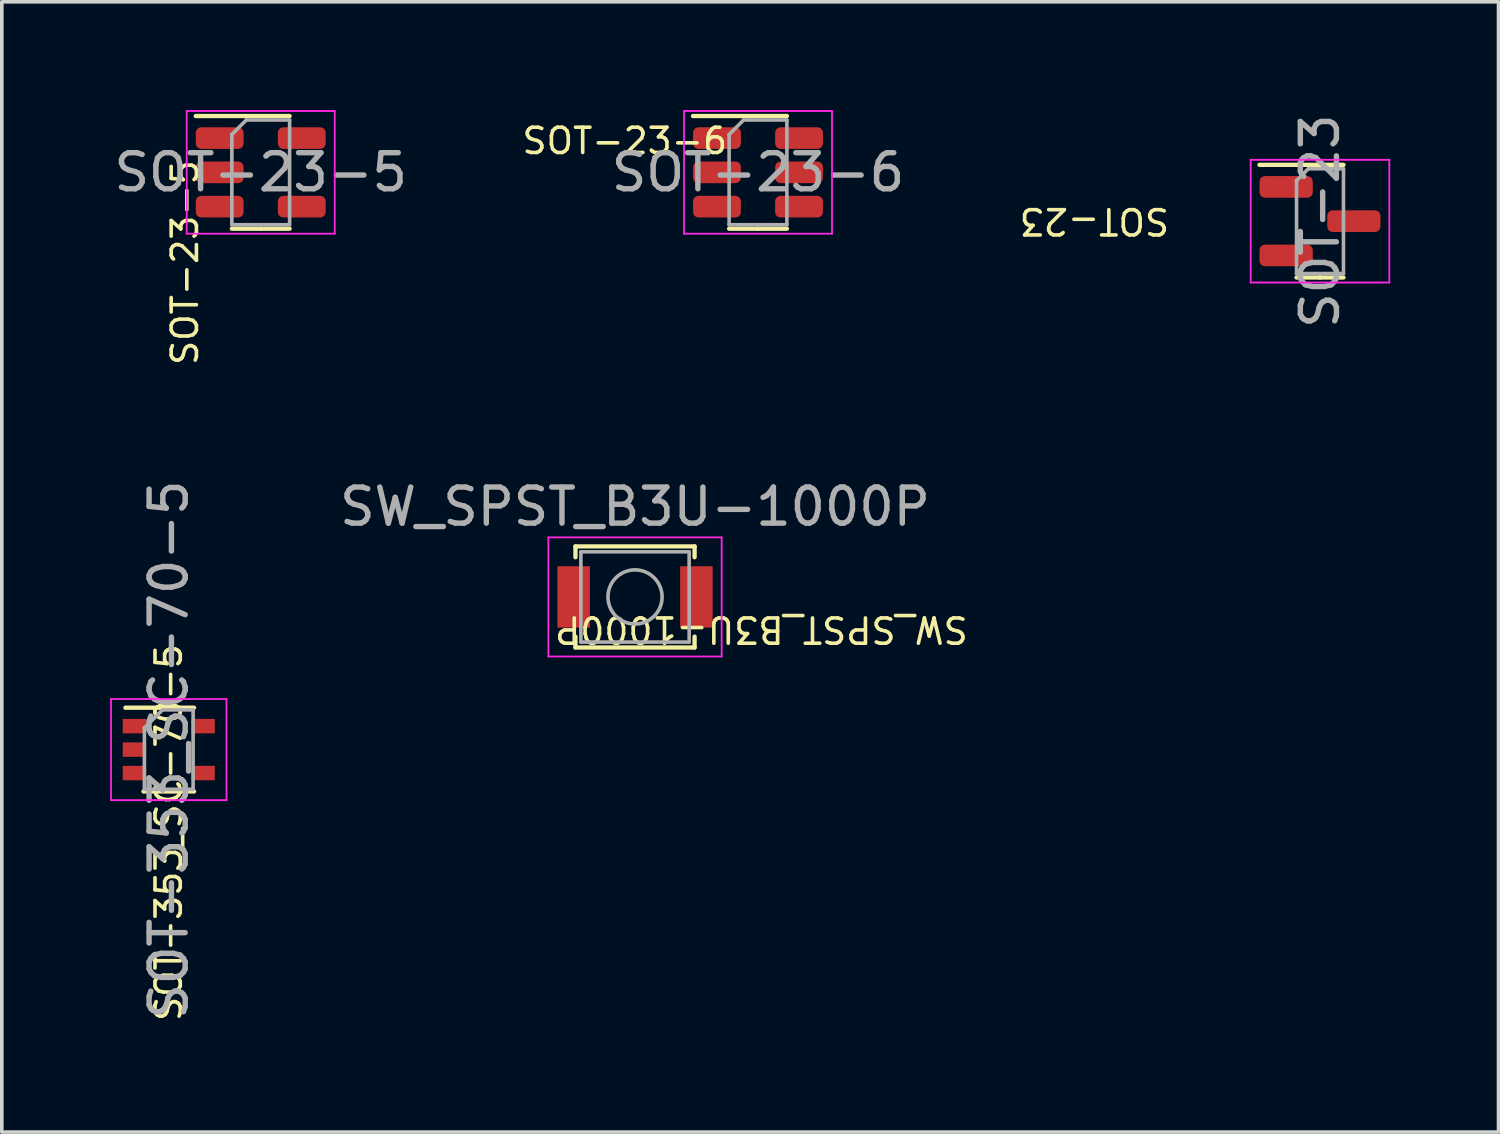
<source format=kicad_pcb>
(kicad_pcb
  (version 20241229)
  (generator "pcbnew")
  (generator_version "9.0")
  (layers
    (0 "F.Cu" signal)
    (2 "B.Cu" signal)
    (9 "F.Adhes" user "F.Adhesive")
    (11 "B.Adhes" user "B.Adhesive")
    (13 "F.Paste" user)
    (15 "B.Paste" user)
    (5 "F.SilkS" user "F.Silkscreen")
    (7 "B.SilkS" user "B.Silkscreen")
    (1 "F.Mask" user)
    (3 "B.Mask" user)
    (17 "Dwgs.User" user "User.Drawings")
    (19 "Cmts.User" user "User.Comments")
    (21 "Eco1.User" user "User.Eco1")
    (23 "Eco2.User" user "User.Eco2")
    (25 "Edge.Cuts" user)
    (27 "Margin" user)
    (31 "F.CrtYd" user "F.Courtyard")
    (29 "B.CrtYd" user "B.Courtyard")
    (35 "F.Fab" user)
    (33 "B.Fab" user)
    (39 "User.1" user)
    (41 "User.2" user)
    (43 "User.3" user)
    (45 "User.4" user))
  (footprint "SW_SPST_B3U-1000P"
    (layer "F.Cu")
    (at 14.542 13.487)
    (property "Reference" "SW_SPST_B3U-1000P" (at 3.5 0.9 180) (unlocked yes) (layer "F.SilkS") (effects (font (size 0.7 0.7) (thickness 0.1))))
    (attr smd)
    (fp_line (start -1.65 -1.4) (end 1.65 -1.4) (stroke (width 0.12) (type solid)) (layer "F.SilkS"))
    (fp_line (start -1.65 -1.1) (end -1.65 -1.4) (stroke (width 0.12) (type solid)) (layer "F.SilkS"))
    (fp_line (start -1.65 1.1) (end -1.65 1.4) (stroke (width 0.12) (type solid)) (layer "F.SilkS"))
    (fp_line (start -1.65 1.4) (end 1.65 1.4) (stroke (width 0.12) (type solid)) (layer "F.SilkS"))
    (fp_line (start 1.65 -1.4) (end 1.65 -1.1) (stroke (width 0.12) (type solid)) (layer "F.SilkS"))
    (fp_line (start 1.65 1.4) (end 1.65 1.1) (stroke (width 0.12) (type solid)) (layer "F.SilkS"))
    (fp_line (start -2.4 -1.65) (end -2.4 1.65) (stroke (width 0.05) (type solid)) (layer "F.CrtYd"))
    (fp_line (start -2.4 1.65) (end 2.4 1.65) (stroke (width 0.05) (type solid)) (layer "F.CrtYd"))
    (fp_line (start 2.4 -1.65) (end -2.4 -1.65) (stroke (width 0.05) (type solid)) (layer "F.CrtYd"))
    (fp_line (start 2.4 1.65) (end 2.4 -1.65) (stroke (width 0.05) (type solid)) (layer "F.CrtYd"))
    (fp_line (start -1.5 -1.25) (end 1.5 -1.25) (stroke (width 0.1) (type solid)) (layer "F.Fab"))
    (fp_line (start -1.5 1.25) (end -1.5 -1.25) (stroke (width 0.1) (type solid)) (layer "F.Fab"))
    (fp_line (start 1.5 -1.25) (end 1.5 1.25) (stroke (width 0.1) (type solid)) (layer "F.Fab"))
    (fp_line (start 1.5 1.25) (end -1.5 1.25) (stroke (width 0.1) (type solid)) (layer "F.Fab"))
    (fp_circle (center 0 0) (end 0.75 0) (stroke (width 0.1) (type solid)) (fill no) (layer "F.Fab"))
    (fp_text user "${REFERENCE}" (at 0 -2.5 180) (layer "F.Fab") (effects (font (size 1 1) (thickness 0.15))))
    (pad "1" smd rect (at -1.7 0) (size 0.9 1.7) (layers "F.Cu" "F.Mask" "F.Paste"))
    (pad "2" smd rect (at 1.7 0) (size 0.9 1.7) (layers "F.Cu" "F.Mask" "F.Paste")))
  (footprint "SOT-23-5"
    (layer "F.Cu")
    (at 4.173 1.725)
    (property "Reference" "SOT-23-5" (at -2.1 2.5 90) (unlocked yes) (layer "F.SilkS") (effects (font (size 0.7 0.7) (thickness 0.1))))
    (attr smd)
    (fp_line (start 0 -1.56) (end -1.8 -1.56) (stroke (width 0.12) (type solid)) (layer "F.SilkS"))
    (fp_line (start 0 -1.56) (end 0.8 -1.56) (stroke (width 0.12) (type solid)) (layer "F.SilkS"))
    (fp_line (start 0 1.56) (end -0.8 1.56) (stroke (width 0.12) (type solid)) (layer "F.SilkS"))
    (fp_line (start 0 1.56) (end 0.8 1.56) (stroke (width 0.12) (type solid)) (layer "F.SilkS"))
    (fp_line (start -2.05 -1.7) (end -2.05 1.7) (stroke (width 0.05) (type solid)) (layer "F.CrtYd"))
    (fp_line (start -2.05 1.7) (end 2.05 1.7) (stroke (width 0.05) (type solid)) (layer "F.CrtYd"))
    (fp_line (start 2.05 -1.7) (end -2.05 -1.7) (stroke (width 0.05) (type solid)) (layer "F.CrtYd"))
    (fp_line (start 2.05 1.7) (end 2.05 -1.7) (stroke (width 0.05) (type solid)) (layer "F.CrtYd"))
    (fp_line (start -0.8 -1.05) (end -0.4 -1.45) (stroke (width 0.1) (type solid)) (layer "F.Fab"))
    (fp_line (start -0.8 1.45) (end -0.8 -1.05) (stroke (width 0.1) (type solid)) (layer "F.Fab"))
    (fp_line (start -0.4 -1.45) (end 0.8 -1.45) (stroke (width 0.1) (type solid)) (layer "F.Fab"))
    (fp_line (start 0.8 -1.45) (end 0.8 1.45) (stroke (width 0.1) (type solid)) (layer "F.Fab"))
    (fp_line (start 0.8 1.45) (end -0.8 1.45) (stroke (width 0.1) (type solid)) (layer "F.Fab"))
    (fp_text user "${REFERENCE}" (at 0 0 0) (unlocked yes) (layer "F.Fab") (effects (font (size 1 1) (thickness 0.15))))
    (pad "1" smd roundrect (at -1.137 -0.95) (size 1.325 0.6) (layers "F.Cu" "F.Mask" "F.Paste") (roundrect_rratio 0.25))
    (pad "2" smd roundrect (at -1.137 0) (size 1.325 0.6) (layers "F.Cu" "F.Mask" "F.Paste") (roundrect_rratio 0.25))
    (pad "3" smd roundrect (at -1.137 0.95) (size 1.325 0.6) (layers "F.Cu" "F.Mask" "F.Paste") (roundrect_rratio 0.25))
    (pad "4" smd roundrect (at 1.137 0.95) (size 1.325 0.6) (layers "F.Cu" "F.Mask" "F.Paste") (roundrect_rratio 0.25))
    (pad "5" smd roundrect (at 1.137 -0.95) (size 1.325 0.6) (layers "F.Cu" "F.Mask" "F.Paste") (roundrect_rratio 0.25)))
  (footprint "SOT-23"
    (layer "F.Cu")
    (at 33.518 3.077)
    (property "Reference" "SOT-23" (at -6.25 0 180) (unlocked yes) (layer "F.SilkS") (effects (font (size 0.7 0.7) (thickness 0.1))))
    (attr smd)
    (fp_line (start 0 -1.56) (end -1.675 -1.56) (stroke (width 0.12) (type solid)) (layer "F.SilkS"))
    (fp_line (start 0 -1.56) (end 0.65 -1.56) (stroke (width 0.12) (type solid)) (layer "F.SilkS"))
    (fp_line (start 0 1.56) (end -0.65 1.56) (stroke (width 0.12) (type solid)) (layer "F.SilkS"))
    (fp_line (start 0 1.56) (end 0.65 1.56) (stroke (width 0.12) (type solid)) (layer "F.SilkS"))
    (fp_line (start -1.92 -1.7) (end -1.92 1.7) (stroke (width 0.05) (type solid)) (layer "F.CrtYd"))
    (fp_line (start -1.92 1.7) (end 1.92 1.7) (stroke (width 0.05) (type solid)) (layer "F.CrtYd"))
    (fp_line (start 1.92 -1.7) (end -1.92 -1.7) (stroke (width 0.05) (type solid)) (layer "F.CrtYd"))
    (fp_line (start 1.92 1.7) (end 1.92 -1.7) (stroke (width 0.05) (type solid)) (layer "F.CrtYd"))
    (fp_line (start -0.65 -1.125) (end -0.325 -1.45) (stroke (width 0.1) (type solid)) (layer "F.Fab"))
    (fp_line (start -0.65 1.45) (end -0.65 -1.125) (stroke (width 0.1) (type solid)) (layer "F.Fab"))
    (fp_line (start -0.325 -1.45) (end 0.65 -1.45) (stroke (width 0.1) (type solid)) (layer "F.Fab"))
    (fp_line (start 0.65 -1.45) (end 0.65 1.45) (stroke (width 0.1) (type solid)) (layer "F.Fab"))
    (fp_line (start 0.65 1.45) (end -0.65 1.45) (stroke (width 0.1) (type solid)) (layer "F.Fab"))
    (fp_text user "${REFERENCE}" (at 0 0 90) (unlocked yes) (layer "F.Fab") (effects (font (size 1 1) (thickness 0.15))))
    (pad "1" smd roundrect (at -0.938 -0.95) (size 1.475 0.6) (layers "F.Cu" "F.Mask" "F.Paste") (roundrect_rratio 0.25))
    (pad "2" smd roundrect (at -0.938 0.95) (size 1.475 0.6) (layers "F.Cu" "F.Mask" "F.Paste") (roundrect_rratio 0.25))
    (pad "3" smd roundrect (at 0.938 0) (size 1.475 0.6) (layers "F.Cu" "F.Mask" "F.Paste") (roundrect_rratio 0.25)))
  (footprint "SOT-23-6"
    (layer "F.Cu")
    (at 17.949 1.725)
    (property "Reference" "SOT-23-6" (at -3.69 -0.87 0) (unlocked yes) (layer "F.SilkS") (effects (font (size 0.7 0.7) (thickness 0.1))))
    (attr smd)
    (fp_line (start 0 -1.56) (end -1.8 -1.56) (stroke (width 0.12) (type solid)) (layer "F.SilkS"))
    (fp_line (start 0 -1.56) (end 0.8 -1.56) (stroke (width 0.12) (type solid)) (layer "F.SilkS"))
    (fp_line (start 0 1.56) (end -0.8 1.56) (stroke (width 0.12) (type solid)) (layer "F.SilkS"))
    (fp_line (start 0 1.56) (end 0.8 1.56) (stroke (width 0.12) (type solid)) (layer "F.SilkS"))
    (fp_line (start -2.05 -1.7) (end -2.05 1.7) (stroke (width 0.05) (type solid)) (layer "F.CrtYd"))
    (fp_line (start -2.05 1.7) (end 2.05 1.7) (stroke (width 0.05) (type solid)) (layer "F.CrtYd"))
    (fp_line (start 2.05 -1.7) (end -2.05 -1.7) (stroke (width 0.05) (type solid)) (layer "F.CrtYd"))
    (fp_line (start 2.05 1.7) (end 2.05 -1.7) (stroke (width 0.05) (type solid)) (layer "F.CrtYd"))
    (fp_line (start -0.8 -1.05) (end -0.4 -1.45) (stroke (width 0.1) (type solid)) (layer "F.Fab"))
    (fp_line (start -0.8 1.45) (end -0.8 -1.05) (stroke (width 0.1) (type solid)) (layer "F.Fab"))
    (fp_line (start -0.4 -1.45) (end 0.8 -1.45) (stroke (width 0.1) (type solid)) (layer "F.Fab"))
    (fp_line (start 0.8 -1.45) (end 0.8 1.45) (stroke (width 0.1) (type solid)) (layer "F.Fab"))
    (fp_line (start 0.8 1.45) (end -0.8 1.45) (stroke (width 0.1) (type solid)) (layer "F.Fab"))
    (fp_text user "${REFERENCE}" (at 0 0 0) (unlocked yes) (layer "F.Fab") (effects (font (size 1 1) (thickness 0.15))))
    (pad "1" smd roundrect (at -1.137 -0.95) (size 1.325 0.6) (layers "F.Cu" "F.Mask" "F.Paste") (roundrect_rratio 0.25))
    (pad "2" smd roundrect (at -1.137 0) (size 1.325 0.6) (layers "F.Cu" "F.Mask" "F.Paste") (roundrect_rratio 0.25))
    (pad "3" smd roundrect (at -1.137 0.95) (size 1.325 0.6) (layers "F.Cu" "F.Mask" "F.Paste") (roundrect_rratio 0.25))
    (pad "4" smd roundrect (at 1.137 0.95) (size 1.325 0.6) (layers "F.Cu" "F.Mask" "F.Paste") (roundrect_rratio 0.25))
    (pad "5" smd roundrect (at 1.137 0) (size 1.325 0.6) (layers "F.Cu" "F.Mask" "F.Paste") (roundrect_rratio 0.25))
    (pad "6" smd roundrect (at 1.137 -0.95) (size 1.325 0.6) (layers "F.Cu" "F.Mask" "F.Paste") (roundrect_rratio 0.25)))
  (footprint "SOT-353_SC-70-5"
    (layer "F.Cu")
    (at 1.625 17.716)
    (property "Reference" "SOT-353_SC-70-5" (at 0 2.3 90) (unlocked yes) (layer "F.SilkS") (effects (font (size 0.7 0.7) (thickness 0.1))))
    (attr smd)
    (fp_line (start -0.7 1.16) (end 0.7 1.16) (stroke (width 0.12) (type solid)) (layer "F.SilkS"))
    (fp_line (start 0.7 -1.16) (end -1.2 -1.16) (stroke (width 0.12) (type solid)) (layer "F.SilkS"))
    (fp_line (start -1.6 -1.4) (end -1.6 1.4) (stroke (width 0.05) (type solid)) (layer "F.CrtYd"))
    (fp_line (start -1.6 -1.4) (end 1.6 -1.4) (stroke (width 0.05) (type solid)) (layer "F.CrtYd"))
    (fp_line (start -1.6 1.4) (end 1.6 1.4) (stroke (width 0.05) (type solid)) (layer "F.CrtYd"))
    (fp_line (start 1.6 1.4) (end 1.6 -1.4) (stroke (width 0.05) (type solid)) (layer "F.CrtYd"))
    (fp_line (start -0.675 -0.6) (end -0.675 1.1) (stroke (width 0.1) (type solid)) (layer "F.Fab"))
    (fp_line (start -0.175 -1.1) (end -0.675 -0.6) (stroke (width 0.1) (type solid)) (layer "F.Fab"))
    (fp_line (start 0.675 -1.1) (end -0.175 -1.1) (stroke (width 0.1) (type solid)) (layer "F.Fab"))
    (fp_line (start 0.675 -1.1) (end 0.675 1.1) (stroke (width 0.1) (type solid)) (layer "F.Fab"))
    (fp_line (start 0.675 1.1) (end -0.675 1.1) (stroke (width 0.1) (type solid)) (layer "F.Fab"))
    (fp_text user "${REFERENCE}" (at 0 0 90) (unlocked yes) (layer "F.Fab") (effects (font (size 1 1) (thickness 0.15))))
    (pad "1" smd rect (at -0.95 -0.65) (size 0.65 0.4) (layers "F.Cu" "F.Mask" "F.Paste"))
    (pad "2" smd rect (at -0.95 0) (size 0.65 0.4) (layers "F.Cu" "F.Mask" "F.Paste"))
    (pad "3" smd rect (at -0.95 0.65) (size 0.65 0.4) (layers "F.Cu" "F.Mask" "F.Paste"))
    (pad "4" smd rect (at 0.95 0.65) (size 0.65 0.4) (layers "F.Cu" "F.Mask" "F.Paste"))
    (pad "5" smd rect (at 0.95 -0.65) (size 0.65 0.4) (layers "F.Cu" "F.Mask" "F.Paste")))
  (gr_rect
    (start -3 -3)
    (end 38.463 28.312)
    (stroke (width 0.1) (type default))
    (fill no)
    (layer "Edge.Cuts")))
</source>
